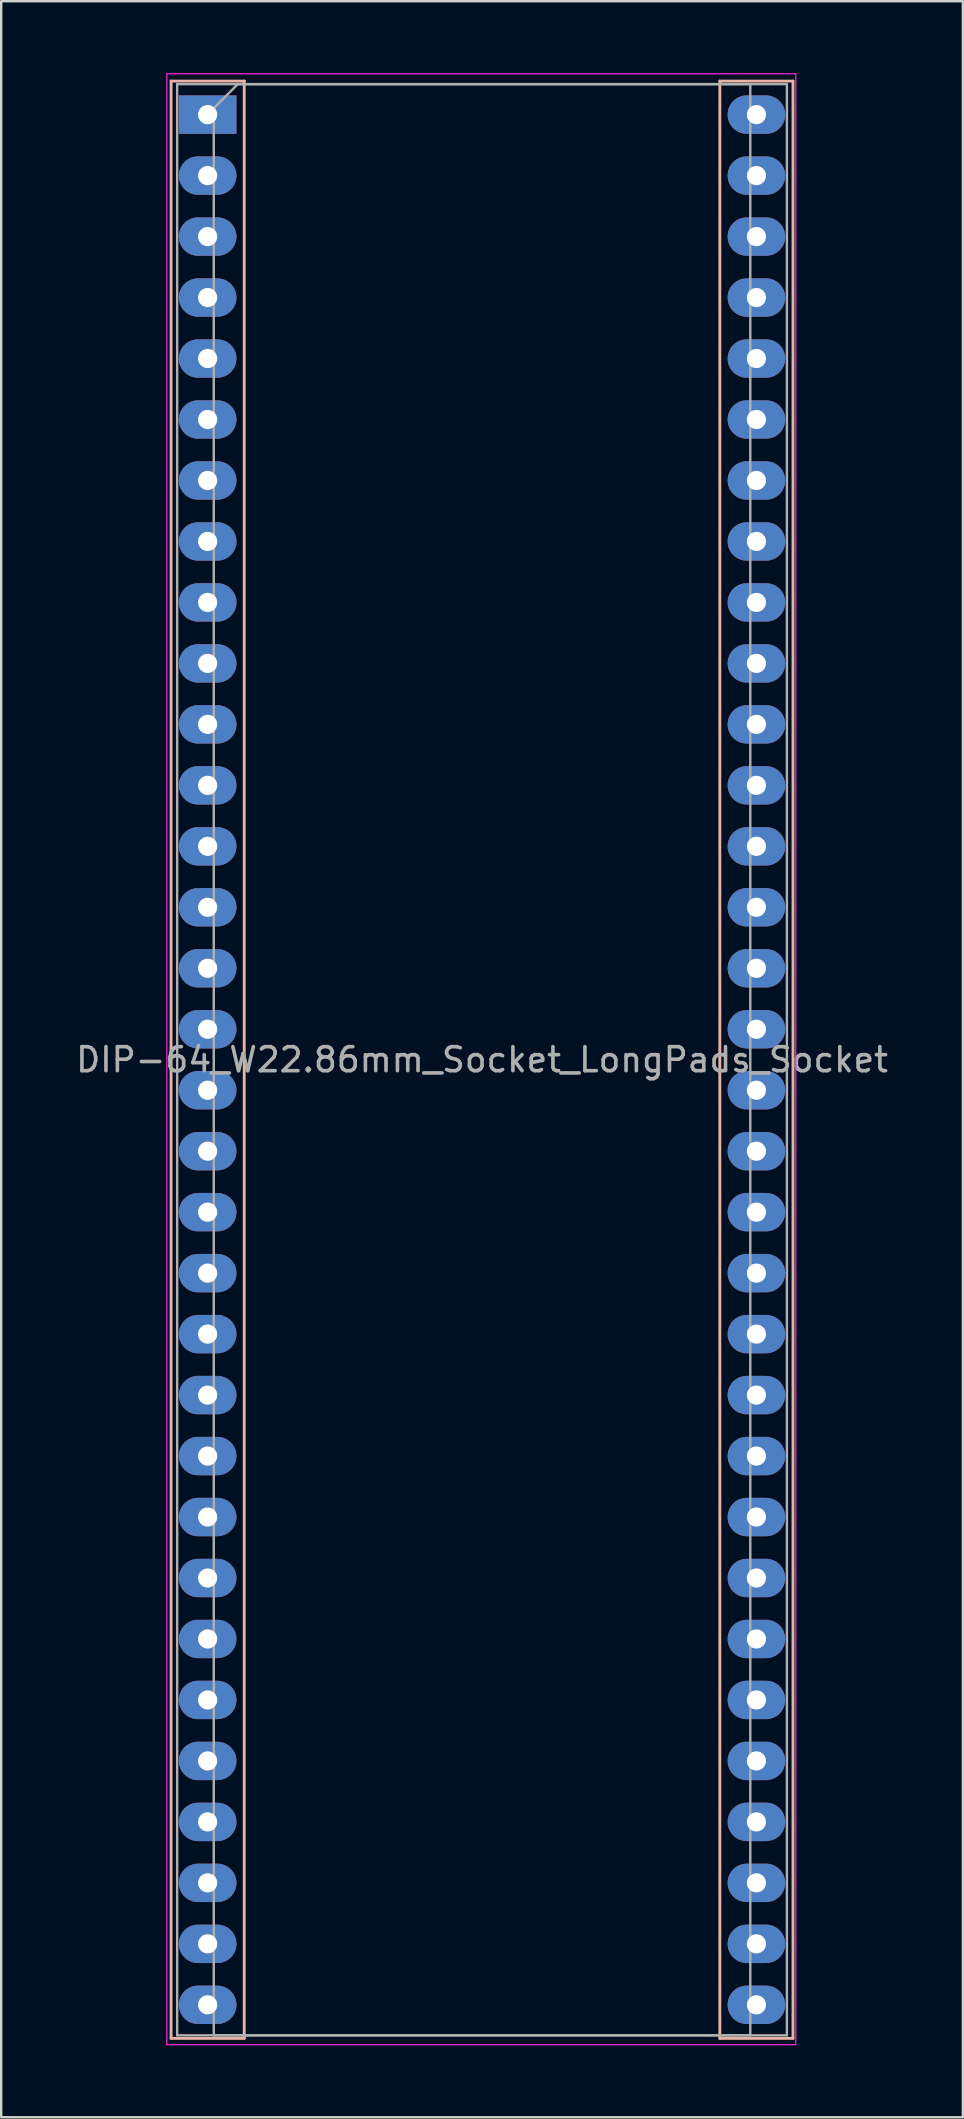
<source format=kicad_pcb>
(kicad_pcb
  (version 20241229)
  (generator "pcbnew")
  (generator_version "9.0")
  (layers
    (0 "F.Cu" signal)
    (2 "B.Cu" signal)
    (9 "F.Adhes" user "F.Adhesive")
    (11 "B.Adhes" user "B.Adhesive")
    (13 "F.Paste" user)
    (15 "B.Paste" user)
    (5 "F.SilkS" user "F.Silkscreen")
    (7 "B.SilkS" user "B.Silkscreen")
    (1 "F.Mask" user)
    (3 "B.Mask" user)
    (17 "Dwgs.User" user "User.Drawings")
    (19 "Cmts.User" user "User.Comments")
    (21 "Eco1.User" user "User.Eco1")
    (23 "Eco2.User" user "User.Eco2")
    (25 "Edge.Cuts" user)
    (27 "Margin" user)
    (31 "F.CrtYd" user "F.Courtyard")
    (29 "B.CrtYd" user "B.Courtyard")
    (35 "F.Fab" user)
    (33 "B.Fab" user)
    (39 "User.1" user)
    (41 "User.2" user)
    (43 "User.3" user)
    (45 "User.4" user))
  (footprint "DIP-64_W22.86mm_Socket_LongPads_Socket"
    (layer "F.Cu")
    (at 5.6 1.725)
    (property "Reference" "DIP-64_W22.86mm_Socket_LongPads_Socket" (at 11.43 39.37 0) (layer "F.Fab") (effects (font (size 1 1) (thickness 0.15))))
    (attr through_hole)
    (fp_line (start -1.524 -1.397) (end -1.524 80.137) (stroke (width 0.12) (type solid)) (layer "B.SilkS"))
    (fp_line (start -1.524 80.137) (end 1.524 80.137) (stroke (width 0.12) (type solid)) (layer "B.SilkS"))
    (fp_line (start 1.524 -1.397) (end -1.524 -1.397) (stroke (width 0.12) (type solid)) (layer "B.SilkS"))
    (fp_line (start 1.524 -1.397) (end 1.524 80.137) (stroke (width 0.12) (type solid)) (layer "B.SilkS"))
    (fp_line (start 21.336 80.137) (end 21.336 -1.397) (stroke (width 0.12) (type solid)) (layer "B.SilkS"))
    (fp_line (start 24.384 -1.397) (end 21.336 -1.397) (stroke (width 0.12) (type solid)) (layer "B.SilkS"))
    (fp_line (start 24.384 80.137) (end 21.336 80.137) (stroke (width 0.12) (type solid)) (layer "B.SilkS"))
    (fp_line (start 24.384 80.137) (end 24.384 -1.397) (stroke (width 0.12) (type solid)) (layer "B.SilkS"))
    (fp_line (start -1.7 -1.7) (end -1.7 80.4) (stroke (width 0.05) (type solid)) (layer "F.CrtYd"))
    (fp_line (start -1.7 80.4) (end 24.5 80.4) (stroke (width 0.05) (type solid)) (layer "F.CrtYd"))
    (fp_line (start 24.5 -1.7) (end -1.7 -1.7) (stroke (width 0.05) (type solid)) (layer "F.CrtYd"))
    (fp_line (start 24.5 80.4) (end 24.5 -1.7) (stroke (width 0.05) (type solid)) (layer "F.CrtYd"))
    (fp_line (start -1.27 -1.27) (end -1.27 80.01) (stroke (width 0.1) (type solid)) (layer "F.Fab"))
    (fp_line (start -1.27 80.01) (end 24.13 80.01) (stroke (width 0.1) (type solid)) (layer "F.Fab"))
    (fp_line (start 0.255 -0.27) (end 1.255 -1.27) (stroke (width 0.1) (type solid)) (layer "F.Fab"))
    (fp_line (start 0.255 80.01) (end 0.255 -0.27) (stroke (width 0.1) (type solid)) (layer "F.Fab"))
    (fp_line (start 1.255 -1.27) (end 22.605 -1.27) (stroke (width 0.1) (type solid)) (layer "F.Fab"))
    (fp_line (start 22.605 -1.27) (end 22.605 80.01) (stroke (width 0.1) (type solid)) (layer "F.Fab"))
    (fp_line (start 22.605 80.01) (end 0.255 80.01) (stroke (width 0.1) (type solid)) (layer "F.Fab"))
    (fp_line (start 24.13 -1.27) (end -1.27 -1.27) (stroke (width 0.1) (type solid)) (layer "F.Fab"))
    (fp_line (start 24.13 80.01) (end 24.13 -1.27) (stroke (width 0.1) (type solid)) (layer "F.Fab"))
    (pad "1" thru_hole rect (at 0 0) (size 2.4 1.6) (drill 0.8) (layers "*.Cu" "*.Mask"))
    (pad "2" thru_hole oval (at 0 2.54) (size 2.4 1.6) (drill 0.8) (layers "*.Cu" "*.Mask"))
    (pad "3" thru_hole oval (at 0 5.08) (size 2.4 1.6) (drill 0.8) (layers "*.Cu" "*.Mask"))
    (pad "4" thru_hole oval (at 0 7.62) (size 2.4 1.6) (drill 0.8) (layers "*.Cu" "*.Mask"))
    (pad "5" thru_hole oval (at 0 10.16) (size 2.4 1.6) (drill 0.8) (layers "*.Cu" "*.Mask"))
    (pad "6" thru_hole oval (at 0 12.7) (size 2.4 1.6) (drill 0.8) (layers "*.Cu" "*.Mask"))
    (pad "7" thru_hole oval (at 0 15.24) (size 2.4 1.6) (drill 0.8) (layers "*.Cu" "*.Mask"))
    (pad "8" thru_hole oval (at 0 17.78) (size 2.4 1.6) (drill 0.8) (layers "*.Cu" "*.Mask"))
    (pad "9" thru_hole oval (at 0 20.32) (size 2.4 1.6) (drill 0.8) (layers "*.Cu" "*.Mask"))
    (pad "10" thru_hole oval (at 0 22.86) (size 2.4 1.6) (drill 0.8) (layers "*.Cu" "*.Mask"))
    (pad "11" thru_hole oval (at 0 25.4) (size 2.4 1.6) (drill 0.8) (layers "*.Cu" "*.Mask"))
    (pad "12" thru_hole oval (at 0 27.94) (size 2.4 1.6) (drill 0.8) (layers "*.Cu" "*.Mask"))
    (pad "13" thru_hole oval (at 0 30.48) (size 2.4 1.6) (drill 0.8) (layers "*.Cu" "*.Mask"))
    (pad "14" thru_hole oval (at 0 33.02) (size 2.4 1.6) (drill 0.8) (layers "*.Cu" "*.Mask"))
    (pad "15" thru_hole oval (at 0 35.56) (size 2.4 1.6) (drill 0.8) (layers "*.Cu" "*.Mask"))
    (pad "16" thru_hole oval (at 0 38.1) (size 2.4 1.6) (drill 0.8) (layers "*.Cu" "*.Mask"))
    (pad "17" thru_hole oval (at 0 40.64) (size 2.4 1.6) (drill 0.8) (layers "*.Cu" "*.Mask"))
    (pad "18" thru_hole oval (at 0 43.18) (size 2.4 1.6) (drill 0.8) (layers "*.Cu" "*.Mask"))
    (pad "19" thru_hole oval (at 0 45.72) (size 2.4 1.6) (drill 0.8) (layers "*.Cu" "*.Mask"))
    (pad "20" thru_hole oval (at 0 48.26) (size 2.4 1.6) (drill 0.8) (layers "*.Cu" "*.Mask"))
    (pad "21" thru_hole oval (at 0 50.8) (size 2.4 1.6) (drill 0.8) (layers "*.Cu" "*.Mask"))
    (pad "22" thru_hole oval (at 0 53.34) (size 2.4 1.6) (drill 0.8) (layers "*.Cu" "*.Mask"))
    (pad "23" thru_hole oval (at 0 55.88) (size 2.4 1.6) (drill 0.8) (layers "*.Cu" "*.Mask"))
    (pad "24" thru_hole oval (at 0 58.42) (size 2.4 1.6) (drill 0.8) (layers "*.Cu" "*.Mask"))
    (pad "25" thru_hole oval (at 0 60.96) (size 2.4 1.6) (drill 0.8) (layers "*.Cu" "*.Mask"))
    (pad "26" thru_hole oval (at 0 63.5) (size 2.4 1.6) (drill 0.8) (layers "*.Cu" "*.Mask"))
    (pad "27" thru_hole oval (at 0 66.04) (size 2.4 1.6) (drill 0.8) (layers "*.Cu" "*.Mask"))
    (pad "28" thru_hole oval (at 0 68.58) (size 2.4 1.6) (drill 0.8) (layers "*.Cu" "*.Mask"))
    (pad "29" thru_hole oval (at 0 71.12) (size 2.4 1.6) (drill 0.8) (layers "*.Cu" "*.Mask"))
    (pad "30" thru_hole oval (at 0 73.66) (size 2.4 1.6) (drill 0.8) (layers "*.Cu" "*.Mask"))
    (pad "31" thru_hole oval (at 0 76.2) (size 2.4 1.6) (drill 0.8) (layers "*.Cu" "*.Mask"))
    (pad "32" thru_hole oval (at 0 78.74) (size 2.4 1.6) (drill 0.8) (layers "*.Cu" "*.Mask"))
    (pad "33" thru_hole oval (at 22.86 78.74) (size 2.4 1.6) (drill 0.8) (layers "*.Cu" "*.Mask"))
    (pad "34" thru_hole oval (at 22.86 76.2) (size 2.4 1.6) (drill 0.8) (layers "*.Cu" "*.Mask"))
    (pad "35" thru_hole oval (at 22.86 73.66) (size 2.4 1.6) (drill 0.8) (layers "*.Cu" "*.Mask"))
    (pad "36" thru_hole oval (at 22.86 71.12) (size 2.4 1.6) (drill 0.8) (layers "*.Cu" "*.Mask"))
    (pad "37" thru_hole oval (at 22.86 68.58) (size 2.4 1.6) (drill 0.8) (layers "*.Cu" "*.Mask"))
    (pad "38" thru_hole oval (at 22.86 66.04) (size 2.4 1.6) (drill 0.8) (layers "*.Cu" "*.Mask"))
    (pad "39" thru_hole oval (at 22.86 63.5) (size 2.4 1.6) (drill 0.8) (layers "*.Cu" "*.Mask"))
    (pad "40" thru_hole oval (at 22.86 60.96) (size 2.4 1.6) (drill 0.8) (layers "*.Cu" "*.Mask"))
    (pad "41" thru_hole oval (at 22.86 58.42) (size 2.4 1.6) (drill 0.8) (layers "*.Cu" "*.Mask"))
    (pad "42" thru_hole oval (at 22.86 55.88) (size 2.4 1.6) (drill 0.8) (layers "*.Cu" "*.Mask"))
    (pad "43" thru_hole oval (at 22.86 53.34) (size 2.4 1.6) (drill 0.8) (layers "*.Cu" "*.Mask"))
    (pad "44" thru_hole oval (at 22.86 50.8) (size 2.4 1.6) (drill 0.8) (layers "*.Cu" "*.Mask"))
    (pad "45" thru_hole oval (at 22.86 48.26) (size 2.4 1.6) (drill 0.8) (layers "*.Cu" "*.Mask"))
    (pad "46" thru_hole oval (at 22.86 45.72) (size 2.4 1.6) (drill 0.8) (layers "*.Cu" "*.Mask"))
    (pad "47" thru_hole oval (at 22.86 43.18) (size 2.4 1.6) (drill 0.8) (layers "*.Cu" "*.Mask"))
    (pad "48" thru_hole oval (at 22.86 40.64) (size 2.4 1.6) (drill 0.8) (layers "*.Cu" "*.Mask"))
    (pad "49" thru_hole oval (at 22.86 38.1) (size 2.4 1.6) (drill 0.8) (layers "*.Cu" "*.Mask"))
    (pad "50" thru_hole oval (at 22.86 35.56) (size 2.4 1.6) (drill 0.8) (layers "*.Cu" "*.Mask"))
    (pad "51" thru_hole oval (at 22.86 33.02) (size 2.4 1.6) (drill 0.8) (layers "*.Cu" "*.Mask"))
    (pad "52" thru_hole oval (at 22.86 30.48) (size 2.4 1.6) (drill 0.8) (layers "*.Cu" "*.Mask"))
    (pad "53" thru_hole oval (at 22.86 27.94) (size 2.4 1.6) (drill 0.8) (layers "*.Cu" "*.Mask"))
    (pad "54" thru_hole oval (at 22.86 25.4) (size 2.4 1.6) (drill 0.8) (layers "*.Cu" "*.Mask"))
    (pad "55" thru_hole oval (at 22.86 22.86) (size 2.4 1.6) (drill 0.8) (layers "*.Cu" "*.Mask"))
    (pad "56" thru_hole oval (at 22.86 20.32) (size 2.4 1.6) (drill 0.8) (layers "*.Cu" "*.Mask"))
    (pad "57" thru_hole oval (at 22.86 17.78) (size 2.4 1.6) (drill 0.8) (layers "*.Cu" "*.Mask"))
    (pad "58" thru_hole oval (at 22.86 15.24) (size 2.4 1.6) (drill 0.8) (layers "*.Cu" "*.Mask"))
    (pad "59" thru_hole oval (at 22.86 12.7) (size 2.4 1.6) (drill 0.8) (layers "*.Cu" "*.Mask"))
    (pad "60" thru_hole oval (at 22.86 10.16) (size 2.4 1.6) (drill 0.8) (layers "*.Cu" "*.Mask"))
    (pad "61" thru_hole oval (at 22.86 7.62) (size 2.4 1.6) (drill 0.8) (layers "*.Cu" "*.Mask"))
    (pad "62" thru_hole oval (at 22.86 5.08) (size 2.4 1.6) (drill 0.8) (layers "*.Cu" "*.Mask"))
    (pad "63" thru_hole oval (at 22.86 2.54) (size 2.4 1.6) (drill 0.8) (layers "*.Cu" "*.Mask"))
    (pad "64" thru_hole oval (at 22.86 0) (size 2.4 1.6) (drill 0.8) (layers "*.Cu" "*.Mask")))
  (gr_rect
    (start -3 -3)
    (end 37.06 85.15)
    (stroke (width 0.1) (type default))
    (fill no)
    (layer "Edge.Cuts")))
</source>
